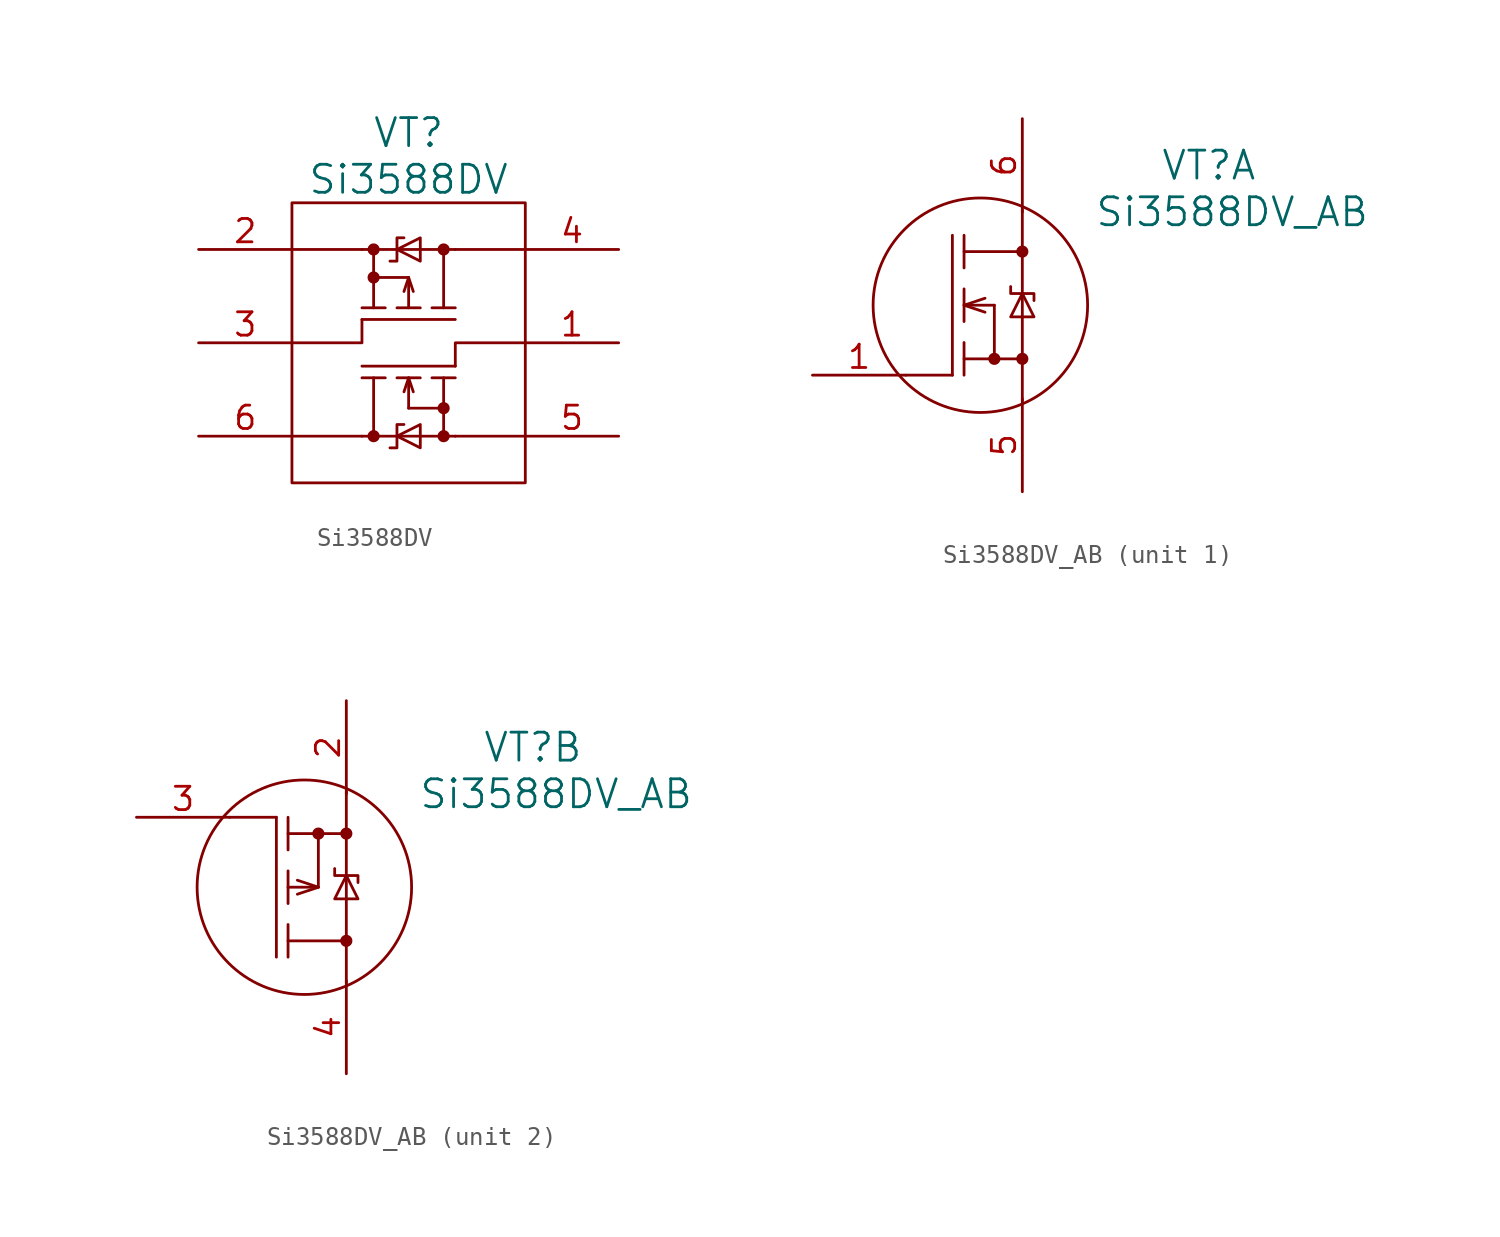
<source format=kicad_sym>
(kicad_symbol_lib
  (version 20220914)
  (generator kicad_symbol_editor)
  (symbol "Si3588DV"
    (pin_names
      (offset 1.016) hide)
    (property "Reference" "VT"
      (at 0 11.43 0)
      (effects (font (size 1.524 1.524))))
    (property "Value" "Si3588DV"
      (at 0 8.89 0)
      (effects (font (size 1.524 1.524))))
    (property "Datasheet" ""
      (at -15.24 2.54 0)
      (effects (font (size 1.524 1.524))))
    (symbol "Si3588DV_0_0"
      (rectangle (start -6.35 7.62) (end 6.35 -7.62) (stroke (width 0) (type solid)) (fill (type none))))
    (symbol "Si3588DV_0_1"
      (polyline (pts (xy -2.54 -5.08) (xy -6.35 -5.08)) (stroke (width 0) (type solid)) (fill (type none)))
      (polyline (pts (xy -2.54 -5.08) (xy 2.54 -5.08)) (stroke (width 0) (type solid)) (fill (type none)))
      (polyline (pts (xy -2.54 5.08) (xy -6.35 5.08)) (stroke (width 0) (type solid)) (fill (type none)))
      (polyline (pts (xy -2.54 5.08) (xy 2.54 5.08)) (stroke (width 0) (type solid)) (fill (type none)))
      (polyline (pts (xy -1.905 -1.905) (xy -1.905 -5.08)) (stroke (width 0) (type solid)) (fill (type none)))
      (polyline (pts (xy -1.905 1.905) (xy -1.905 5.08)) (stroke (width 0) (type solid)) (fill (type none)))
      (polyline (pts (xy 0 -3.556) (xy 0 -1.905)) (stroke (width 0) (type solid)) (fill (type none)))
      (polyline (pts (xy 0 -3.556) (xy 1.905 -3.556)) (stroke (width 0) (type solid)) (fill (type none)))
      (polyline (pts (xy 0 3.556) (xy -1.905 3.556)) (stroke (width 0) (type solid)) (fill (type none)))
      (polyline (pts (xy 0 3.556) (xy 0 1.905)) (stroke (width 0) (type solid)) (fill (type none)))
      (polyline (pts (xy 2.54 5.08) (xy 6.35 5.08)) (stroke (width 0) (type solid)) (fill (type none)))
      (polyline (pts (xy 6.35 -5.08) (xy 2.54 -5.08)) (stroke (width 0) (type solid)) (fill (type none)))
      (polyline (pts (xy -6.35 0) (xy -2.54 0) (xy -2.54 1.27)) (stroke (width 0) (type solid)) (fill (type none)))
      (polyline (pts (xy -2.54 -1.905) (xy -1.27 -1.905) (xy -1.27 -1.905)) (stroke (width 0) (type solid)) (fill (type none)))
      (polyline (pts (xy -2.54 1.27) (xy 2.54 1.27) (xy 2.54 1.27)) (stroke (width 0) (type solid)) (fill (type none)))
      (polyline (pts (xy -2.54 1.905) (xy -1.27 1.905) (xy -1.27 1.905)) (stroke (width 0) (type solid)) (fill (type none)))
      (polyline (pts (xy -0.635 -1.905) (xy 0.635 -1.905) (xy 0.635 -1.905)) (stroke (width 0) (type solid)) (fill (type none)))
      (polyline (pts (xy -0.635 1.905) (xy 0.635 1.905) (xy 0.635 1.905)) (stroke (width 0) (type solid)) (fill (type none)))
      (polyline (pts (xy 0.254 -2.667) (xy 0 -1.905) (xy -0.254 -2.667)) (stroke (width 0) (type solid)) (fill (type none)))
      (polyline (pts (xy 0.254 2.794) (xy 0 3.556) (xy -0.254 2.794)) (stroke (width 0) (type solid)) (fill (type none)))
      (polyline (pts (xy 1.27 -1.905) (xy 2.54 -1.905) (xy 2.54 -1.905)) (stroke (width 0) (type solid)) (fill (type none)))
      (polyline (pts (xy 1.27 1.905) (xy 2.54 1.905) (xy 2.54 1.905)) (stroke (width 0) (type solid)) (fill (type none)))
      (polyline (pts (xy 1.905 -1.905) (xy 1.905 -5.08) (xy 1.905 -5.08)) (stroke (width 0) (type solid)) (fill (type none)))
      (polyline (pts (xy 1.905 1.905) (xy 1.905 5.08) (xy 1.905 5.08)) (stroke (width 0) (type solid)) (fill (type none)))
      (polyline (pts (xy 2.54 -1.27) (xy -2.54 -1.27) (xy -2.54 -1.27)) (stroke (width 0) (type solid)) (fill (type none)))
      (polyline (pts (xy 6.35 0) (xy 2.54 0) (xy 2.54 -1.27)) (stroke (width 0) (type solid)) (fill (type none)))
      (polyline (pts (xy -1.016 -5.715) (xy -0.635 -5.715) (xy -0.635 -4.445) (xy -0.254 -4.445)) (stroke (width 0) (type solid)) (fill (type none)))
      (polyline (pts (xy -1.016 4.445) (xy -0.635 4.445) (xy -0.635 5.715) (xy -0.254 5.715)) (stroke (width 0) (type solid)) (fill (type none)))
      (polyline (pts (xy -0.635 -5.08) (xy 0.635 -4.445) (xy 0.635 -5.715) (xy -0.635 -5.08)) (stroke (width 0) (type solid)) (fill (type none)))
      (polyline (pts (xy -0.635 5.08) (xy 0.635 4.445) (xy 0.635 5.715) (xy -0.635 5.08)) (stroke (width 0) (type solid)) (fill (type none))))
    (symbol "Si3588DV_1_1"
      (circle (center -1.905 -5.08) (radius 0.254) (stroke (width 0) (type solid)) (fill (type outline)))
      (circle (center -1.905 3.556) (radius 0.254) (stroke (width 0) (type solid)) (fill (type outline)))
      (circle (center -1.905 5.08) (radius 0.254) (stroke (width 0) (type solid)) (fill (type outline)))
      (circle (center 1.905 -5.08) (radius 0.254) (stroke (width 0) (type solid)) (fill (type outline)))
      (circle (center 1.905 -3.556) (radius 0.254) (stroke (width 0) (type solid)) (fill (type outline)))
      (circle (center 1.905 5.08) (radius 0.254) (stroke (width 0) (type solid)) (fill (type outline)))
      (pin passive line (at 11.43 0 180) (length 5.08) (name "G1" (effects (font (size 1.27 1.27)))) (number "1" (effects (font (size 1.27 1.27)))))
      (pin passive line (at -11.43 5.08 0) (length 5.08) (name "S2" (effects (font (size 1.27 1.27)))) (number "2" (effects (font (size 1.27 1.27)))))
      (pin passive line (at -11.43 0 0) (length 5.08) (name "G2" (effects (font (size 1.27 1.27)))) (number "3" (effects (font (size 1.27 1.27)))))
      (pin passive line (at 11.43 5.08 180) (length 5.08) (name "D2" (effects (font (size 1.27 1.27)))) (number "4" (effects (font (size 1.27 1.27)))))
      (pin passive line (at 11.43 -5.08 180) (length 5.08) (name "S1" (effects (font (size 1.27 1.27)))) (number "5" (effects (font (size 1.27 1.27)))))
      (pin passive line (at -11.43 -5.08 0) (length 5.08) (name "D1" (effects (font (size 1.27 1.27)))) (number "6" (effects (font (size 1.27 1.27)))))))
  (symbol "Si3588DV_AB"
    (pin_names
      (offset 1.016) hide)
    (property "Reference" "VT"
      (at 12.7 7.62 0)
      (effects (font (size 1.524 1.524))))
    (property "Value" "Si3588DV_AB"
      (at 13.97 5.08 0)
      (effects (font (size 1.524 1.524))))
    (property "Datasheet" ""
      (at -8.89 3.81 0)
      (effects (font (size 1.524 1.524))))
    (property "ki_locked" ""
      (at 0 0 0)
      (effects (font (size 1.27 1.27))))
    (symbol "Si3588DV_AB_0_1"
      (polyline (pts (xy -1.27 -3.81) (xy -1.27 3.81)) (stroke (width 0) (type solid)) (fill (type none)))
      (polyline (pts (xy -0.635 0.889) (xy -0.635 -0.889)) (stroke (width 0) (type solid)) (fill (type none)))
      (polyline (pts (xy -0.635 2.921) (xy 2.54 2.921)) (stroke (width 0) (type solid)) (fill (type none)))
      (polyline (pts (xy 1.016 0) (xy -0.635 0)) (stroke (width 0) (type solid)) (fill (type none)))
      (polyline (pts (xy 2.54 5.207) (xy 2.54 -5.207)) (stroke (width 0) (type solid)) (fill (type none)))
      (polyline (pts (xy -0.635 -2.921) (xy 2.54 -2.921) (xy 2.54 -2.921)) (stroke (width 0) (type solid)) (fill (type none)))
      (polyline (pts (xy -0.635 -2.032) (xy -0.635 -3.175) (xy -0.635 -3.81)) (stroke (width 0) (type solid)) (fill (type none)))
      (polyline (pts (xy -0.635 3.81) (xy -0.635 2.413) (xy -0.635 2.032)) (stroke (width 0) (type solid)) (fill (type none)))
      (polyline (pts (xy 1.905 1.016) (xy 1.905 0.635) (xy 3.175 0.635) (xy 3.175 0.254)) (stroke (width 0) (type solid)) (fill (type none)))
      (polyline (pts (xy 2.54 0.635) (xy 1.905 -0.635) (xy 3.175 -0.635) (xy 2.54 0.635)) (stroke (width 0) (type solid)) (fill (type none)))
      (circle (center 0.254 0) (radius 5.842) (stroke (width 0) (type solid)) (fill (type none)))
      (circle (center 2.54 -2.921) (radius 0.254) (stroke (width 0) (type solid)) (fill (type outline)))
      (circle (center 2.54 2.921) (radius 0.254) (stroke (width 0) (type solid)) (fill (type outline))))
    (symbol "Si3588DV_AB_1_1"
      (polyline (pts (xy -1.27 -3.81) (xy -3.81 -3.81)) (stroke (width 0) (type solid)) (fill (type none)))
      (polyline (pts (xy 1.016 0) (xy 1.016 -2.921)) (stroke (width 0) (type solid)) (fill (type none)))
      (polyline (pts (xy 0.508 -0.381) (xy -0.635 0) (xy 0.508 0.381)) (stroke (width 0) (type solid)) (fill (type none)))
      (circle (center 1.016 -2.921) (radius 0.254) (stroke (width 0) (type solid)) (fill (type outline)))
      (pin passive line (at -8.89 -3.81 0) (length 5.08) (name "G1" (effects (font (size 1.27 1.27)))) (number "1" (effects (font (size 1.27 1.27)))))
      (pin passive line (at 2.54 -10.16 90) (length 5.08) (name "S1" (effects (font (size 1.27 1.27)))) (number "5" (effects (font (size 1.27 1.27)))))
      (pin passive line (at 2.54 10.16 270) (length 5.08) (name "D1" (effects (font (size 1.27 1.27)))) (number "6" (effects (font (size 1.27 1.27))))))
    (symbol "Si3588DV_AB_2_1"
      (polyline (pts (xy -1.27 3.81) (xy -3.81 3.81)) (stroke (width 0) (type solid)) (fill (type none)))
      (polyline (pts (xy 1.016 2.921) (xy 1.016 0)) (stroke (width 0) (type solid)) (fill (type none)))
      (polyline (pts (xy -0.127 0.381) (xy 1.016 0) (xy -0.127 -0.381)) (stroke (width 0) (type solid)) (fill (type none)))
      (circle (center 1.016 2.921) (radius 0.254) (stroke (width 0) (type solid)) (fill (type outline)))
      (pin passive line (at 2.54 10.16 270) (length 5.08) (name "S2" (effects (font (size 1.27 1.27)))) (number "2" (effects (font (size 1.27 1.27)))))
      (pin passive line (at -8.89 3.81 0) (length 5.08) (name "G2" (effects (font (size 1.27 1.27)))) (number "3" (effects (font (size 1.27 1.27)))))
      (pin passive line (at 2.54 -10.16 90) (length 5.08) (name "D2" (effects (font (size 1.27 1.27)))) (number "4" (effects (font (size 1.27 1.27))))))))
</source>
